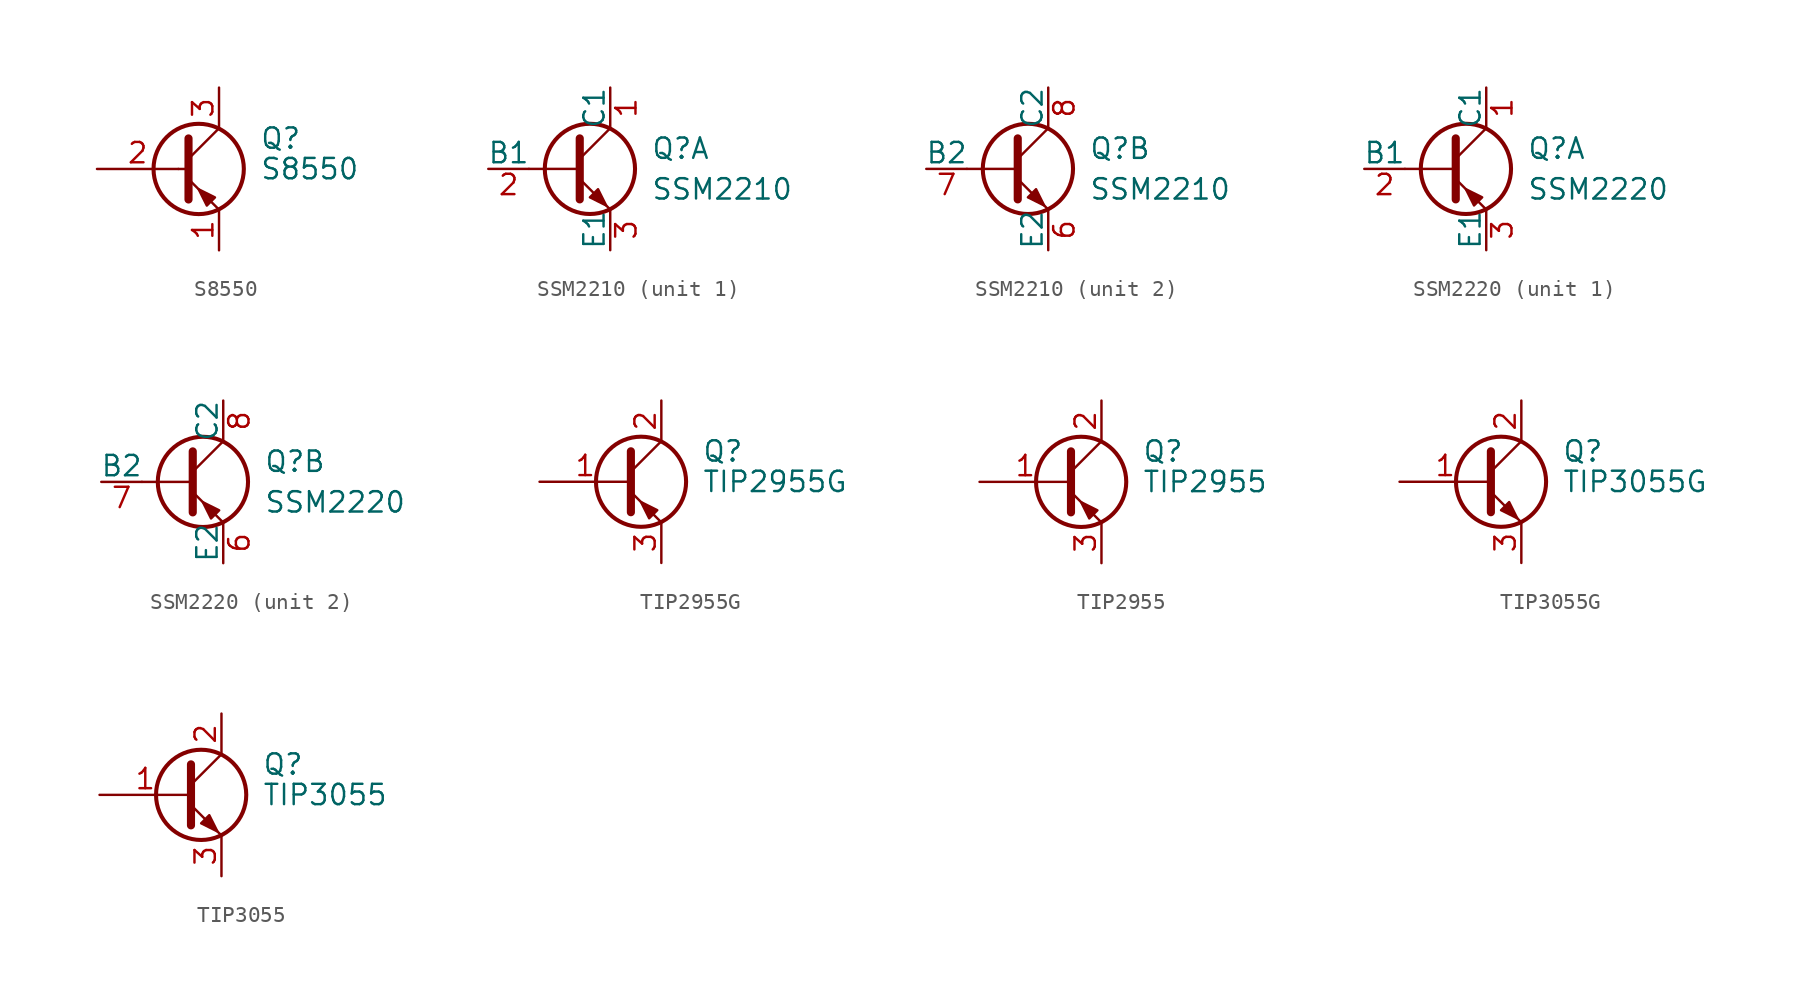
<source format=kicad_sym>
(kicad_symbol_lib
  (version 20210619)
  (generator kicad_symbol_editor)
  (symbol "Bobs_Bipolar_Transistors_2:S8550"
    (pin_names
      (offset 0) hide)
    (property "Reference" "Q"
      (at 5.08 1.905 0)
      (effects (font (size 1.27 1.27)) (justify left)))
    (property "Value" "S8550"
      (at 5.08 0 0)
      (effects (font (size 1.27 1.27)) (justify left)))
    (symbol "S8550_0_1"
      (circle (center 1.27 0) (radius 2.819) (stroke (width 0.254)) (fill (type none)))
      (polyline (pts (xy 0 0) (xy 0.635 0)) (stroke (width 0)) (fill (type none)))
      (polyline (pts (xy 2.54 -2.54) (xy 0.635 -0.635)) (stroke (width 0)) (fill (type none)))
      (polyline (pts (xy 2.54 2.54) (xy 0.635 0.635)) (stroke (width 0)) (fill (type none)))
      (polyline (pts (xy 0.635 1.905) (xy 0.635 -1.905) (xy 0.635 -1.905)) (stroke (width 0.508)) (fill (type outline)))
      (polyline (pts (xy 1.778 -2.286) (xy 2.286 -1.778) (xy 1.27 -1.27) (xy 1.778 -2.286) (xy 1.778 -2.286)) (stroke (width 0)) (fill (type outline))))
    (symbol "S8550_1_1"
      (pin passive line (at 2.54 -5.08 90) (length 2.54) (name "E" (effects (font (size 1.27 1.27)))) (number "1" (effects (font (size 1.27 1.27)))))
      (pin input line (at -5.08 0 0) (length 5.08) (name "B" (effects (font (size 1.27 1.27)))) (number "2" (effects (font (size 1.27 1.27)))))
      (pin passive line (at 2.54 5.08 270) (length 2.54) (name "C" (effects (font (size 1.27 1.27)))) (number "3" (effects (font (size 1.27 1.27)))))))
  (symbol "Bobs_Bipolar_Transistors_2:SSM2210"
    (pin_names
      (offset 0))
    (property "Reference" "Q"
      (at 5.08 1.27 0)
      (effects (font (size 1.27 1.27)) (justify left)))
    (property "Value" "SSM2210"
      (at 5.08 -1.27 0)
      (effects (font (size 1.27 1.27)) (justify left)))
    (symbol "SSM2210_0_1"
      (circle (center 1.27 0) (radius 2.819) (stroke (width 0.254)) (fill (type none)))
      (polyline (pts (xy 0.635 0) (xy -2.54 0)) (stroke (width 0)) (fill (type none)))
      (polyline (pts (xy 0.635 0.635) (xy 2.54 2.54)) (stroke (width 0)) (fill (type none)))
      (polyline (pts (xy 0.635 -0.635) (xy 2.54 -2.54) (xy 2.54 -2.54)) (stroke (width 0)) (fill (type none)))
      (polyline (pts (xy 0.635 1.905) (xy 0.635 -1.905) (xy 0.635 -1.905)) (stroke (width 0.508)) (fill (type none)))
      (polyline (pts (xy 1.27 -1.778) (xy 1.778 -1.27) (xy 2.286 -2.286) (xy 1.27 -1.778) (xy 1.27 -1.778)) (stroke (width 0)) (fill (type outline))))
    (symbol "SSM2210_1_1"
      (pin passive line (at 2.54 5.08 270) (length 2.54) (name "C1" (effects (font (size 1.27 1.27)))) (number "1" (effects (font (size 1.27 1.27)))))
      (pin input line (at -5.08 0 0) (length 2.54) (name "B1" (effects (font (size 1.27 1.27)))) (number "2" (effects (font (size 1.27 1.27)))))
      (pin passive line (at 2.54 -5.08 90) (length 2.54) (name "E1" (effects (font (size 1.27 1.27)))) (number "3" (effects (font (size 1.27 1.27))))))
    (symbol "SSM2210_2_1"
      (pin passive line (at 2.54 -5.08 90) (length 2.54) (name "E2" (effects (font (size 1.27 1.27)))) (number "6" (effects (font (size 1.27 1.27)))))
      (pin input line (at -5.08 0 0) (length 2.54) (name "B2" (effects (font (size 1.27 1.27)))) (number "7" (effects (font (size 1.27 1.27)))))
      (pin passive line (at 2.54 5.08 270) (length 2.54) (name "C2" (effects (font (size 1.27 1.27)))) (number "8" (effects (font (size 1.27 1.27)))))))
  (symbol "Bobs_Bipolar_Transistors_2:SSM2220"
    (pin_names
      (offset 0))
    (property "Reference" "Q"
      (at 5.08 1.27 0)
      (effects (font (size 1.27 1.27)) (justify left)))
    (property "Value" "SSM2220"
      (at 5.08 -1.27 0)
      (effects (font (size 1.27 1.27)) (justify left)))
    (symbol "SSM2220_0_1"
      (circle (center 1.27 0) (radius 2.819) (stroke (width 0.254)) (fill (type none)))
      (polyline (pts (xy 0.635 0) (xy -2.54 0)) (stroke (width 0)) (fill (type none)))
      (polyline (pts (xy 0.635 0.635) (xy 2.54 2.54)) (stroke (width 0)) (fill (type none)))
      (polyline (pts (xy 0.635 -0.635) (xy 2.54 -2.54) (xy 2.54 -2.54)) (stroke (width 0)) (fill (type none)))
      (polyline (pts (xy 0.635 1.905) (xy 0.635 -1.905) (xy 0.635 -1.905)) (stroke (width 0.508)) (fill (type none)))
      (polyline (pts (xy 2.286 -1.778) (xy 1.778 -2.286) (xy 1.27 -1.27) (xy 2.286 -1.778) (xy 2.286 -1.778)) (stroke (width 0)) (fill (type outline))))
    (symbol "SSM2220_1_1"
      (pin passive line (at 2.54 5.08 270) (length 2.54) (name "C1" (effects (font (size 1.27 1.27)))) (number "1" (effects (font (size 1.27 1.27)))))
      (pin input line (at -5.08 0 0) (length 2.54) (name "B1" (effects (font (size 1.27 1.27)))) (number "2" (effects (font (size 1.27 1.27)))))
      (pin passive line (at 2.54 -5.08 90) (length 2.54) (name "E1" (effects (font (size 1.27 1.27)))) (number "3" (effects (font (size 1.27 1.27))))))
    (symbol "SSM2220_2_1"
      (pin passive line (at 2.54 -5.08 90) (length 2.54) (name "E2" (effects (font (size 1.27 1.27)))) (number "6" (effects (font (size 1.27 1.27)))))
      (pin input line (at -5.08 0 0) (length 2.54) (name "B2" (effects (font (size 1.27 1.27)))) (number "7" (effects (font (size 1.27 1.27)))))
      (pin passive line (at 2.54 5.08 270) (length 2.54) (name "C2" (effects (font (size 1.27 1.27)))) (number "8" (effects (font (size 1.27 1.27)))))))
  (symbol "Bobs_Bipolar_Transistors_2:TIP2955G"
    (pin_names
      (offset 0) hide)
    (property "Reference" "Q"
      (at 5.08 1.905 0)
      (effects (font (size 1.27 1.27)) (justify left)))
    (property "Value" "TIP2955G"
      (at 5.08 0 0)
      (effects (font (size 1.27 1.27)) (justify left)))
    (symbol "TIP2955G_0_1"
      (circle (center 1.27 0) (radius 2.819) (stroke (width 0.254)) (fill (type none)))
      (polyline (pts (xy 0.635 0.635) (xy 2.54 2.54)) (stroke (width 0)) (fill (type none)))
      (polyline (pts (xy 0.635 -0.635) (xy 2.54 -2.54) (xy 2.54 -2.54)) (stroke (width 0)) (fill (type none)))
      (polyline (pts (xy 0.635 1.905) (xy 0.635 -1.905) (xy 0.635 -1.905)) (stroke (width 0.508)) (fill (type none)))
      (polyline (pts (xy 2.286 -1.778) (xy 1.778 -2.286) (xy 1.27 -1.27) (xy 2.286 -1.778) (xy 2.286 -1.778)) (stroke (width 0)) (fill (type outline))))
    (symbol "TIP2955G_1_1"
      (pin input line (at -5.08 0 0) (length 5.715) (name "B" (effects (font (size 1.27 1.27)))) (number "1" (effects (font (size 1.27 1.27)))))
      (pin passive line (at 2.54 5.08 270) (length 2.54) (name "C" (effects (font (size 1.27 1.27)))) (number "2" (effects (font (size 1.27 1.27)))))
      (pin passive line (at 2.54 -5.08 90) (length 2.54) (name "E" (effects (font (size 1.27 1.27)))) (number "3" (effects (font (size 1.27 1.27)))))))
  (symbol "Bobs_Bipolar_Transistors_2:TIP2955"
    (pin_names
      (offset 0) hide)
    (property "Reference" "Q"
      (at 5.08 1.905 0)
      (effects (font (size 1.27 1.27)) (justify left)))
    (property "Value" "TIP2955"
      (at 5.08 0 0)
      (effects (font (size 1.27 1.27)) (justify left)))
    (symbol "TIP2955_0_1"
      (circle (center 1.27 0) (radius 2.819) (stroke (width 0.254)) (fill (type none)))
      (polyline (pts (xy 0.635 0.635) (xy 2.54 2.54)) (stroke (width 0)) (fill (type none)))
      (polyline (pts (xy 0.635 -0.635) (xy 2.54 -2.54) (xy 2.54 -2.54)) (stroke (width 0)) (fill (type none)))
      (polyline (pts (xy 0.635 1.905) (xy 0.635 -1.905) (xy 0.635 -1.905)) (stroke (width 0.508)) (fill (type none)))
      (polyline (pts (xy 2.286 -1.778) (xy 1.778 -2.286) (xy 1.27 -1.27) (xy 2.286 -1.778) (xy 2.286 -1.778)) (stroke (width 0)) (fill (type outline))))
    (symbol "TIP2955_1_1"
      (pin input line (at -5.08 0 0) (length 5.715) (name "B" (effects (font (size 1.27 1.27)))) (number "1" (effects (font (size 1.27 1.27)))))
      (pin passive line (at 2.54 5.08 270) (length 2.54) (name "C" (effects (font (size 1.27 1.27)))) (number "2" (effects (font (size 1.27 1.27)))))
      (pin passive line (at 2.54 -5.08 90) (length 2.54) (name "E" (effects (font (size 1.27 1.27)))) (number "3" (effects (font (size 1.27 1.27)))))))
  (symbol "Bobs_Bipolar_Transistors_2:TIP3055G"
    (pin_names
      (offset 0) hide)
    (property "Reference" "Q"
      (at 5.08 1.905 0)
      (effects (font (size 1.27 1.27)) (justify left)))
    (property "Value" "TIP3055G"
      (at 5.08 0 0)
      (effects (font (size 1.27 1.27)) (justify left)))
    (symbol "TIP3055G_0_1"
      (circle (center 1.27 0) (radius 2.819) (stroke (width 0.254)) (fill (type none)))
      (polyline (pts (xy 0.635 0.635) (xy 2.54 2.54)) (stroke (width 0)) (fill (type none)))
      (polyline (pts (xy 0.635 -0.635) (xy 2.54 -2.54) (xy 2.54 -2.54)) (stroke (width 0)) (fill (type none)))
      (polyline (pts (xy 0.635 1.905) (xy 0.635 -1.905) (xy 0.635 -1.905)) (stroke (width 0.508)) (fill (type none)))
      (polyline (pts (xy 1.27 -1.778) (xy 1.778 -1.27) (xy 2.286 -2.286) (xy 1.27 -1.778) (xy 1.27 -1.778)) (stroke (width 0)) (fill (type outline))))
    (symbol "TIP3055G_1_1"
      (pin input line (at -5.08 0 0) (length 5.715) (name "B" (effects (font (size 1.27 1.27)))) (number "1" (effects (font (size 1.27 1.27)))))
      (pin passive line (at 2.54 5.08 270) (length 2.54) (name "C" (effects (font (size 1.27 1.27)))) (number "2" (effects (font (size 1.27 1.27)))))
      (pin passive line (at 2.54 -5.08 90) (length 2.54) (name "E" (effects (font (size 1.27 1.27)))) (number "3" (effects (font (size 1.27 1.27)))))))
  (symbol "Bobs_Bipolar_Transistors_2:TIP3055"
    (pin_names
      (offset 0) hide)
    (property "Reference" "Q"
      (at 5.08 1.905 0)
      (effects (font (size 1.27 1.27)) (justify left)))
    (property "Value" "TIP3055"
      (at 5.08 0 0)
      (effects (font (size 1.27 1.27)) (justify left)))
    (symbol "TIP3055_0_1"
      (circle (center 1.27 0) (radius 2.819) (stroke (width 0.254)) (fill (type none)))
      (polyline (pts (xy 0.635 0.635) (xy 2.54 2.54)) (stroke (width 0)) (fill (type none)))
      (polyline (pts (xy 0.635 -0.635) (xy 2.54 -2.54) (xy 2.54 -2.54)) (stroke (width 0)) (fill (type none)))
      (polyline (pts (xy 0.635 1.905) (xy 0.635 -1.905) (xy 0.635 -1.905)) (stroke (width 0.508)) (fill (type none)))
      (polyline (pts (xy 1.27 -1.778) (xy 1.778 -1.27) (xy 2.286 -2.286) (xy 1.27 -1.778) (xy 1.27 -1.778)) (stroke (width 0)) (fill (type outline))))
    (symbol "TIP3055_1_1"
      (pin input line (at -5.08 0 0) (length 5.715) (name "B" (effects (font (size 1.27 1.27)))) (number "1" (effects (font (size 1.27 1.27)))))
      (pin passive line (at 2.54 5.08 270) (length 2.54) (name "C" (effects (font (size 1.27 1.27)))) (number "2" (effects (font (size 1.27 1.27)))))
      (pin passive line (at 2.54 -5.08 90) (length 2.54) (name "E" (effects (font (size 1.27 1.27)))) (number "3" (effects (font (size 1.27 1.27))))))))
</source>
